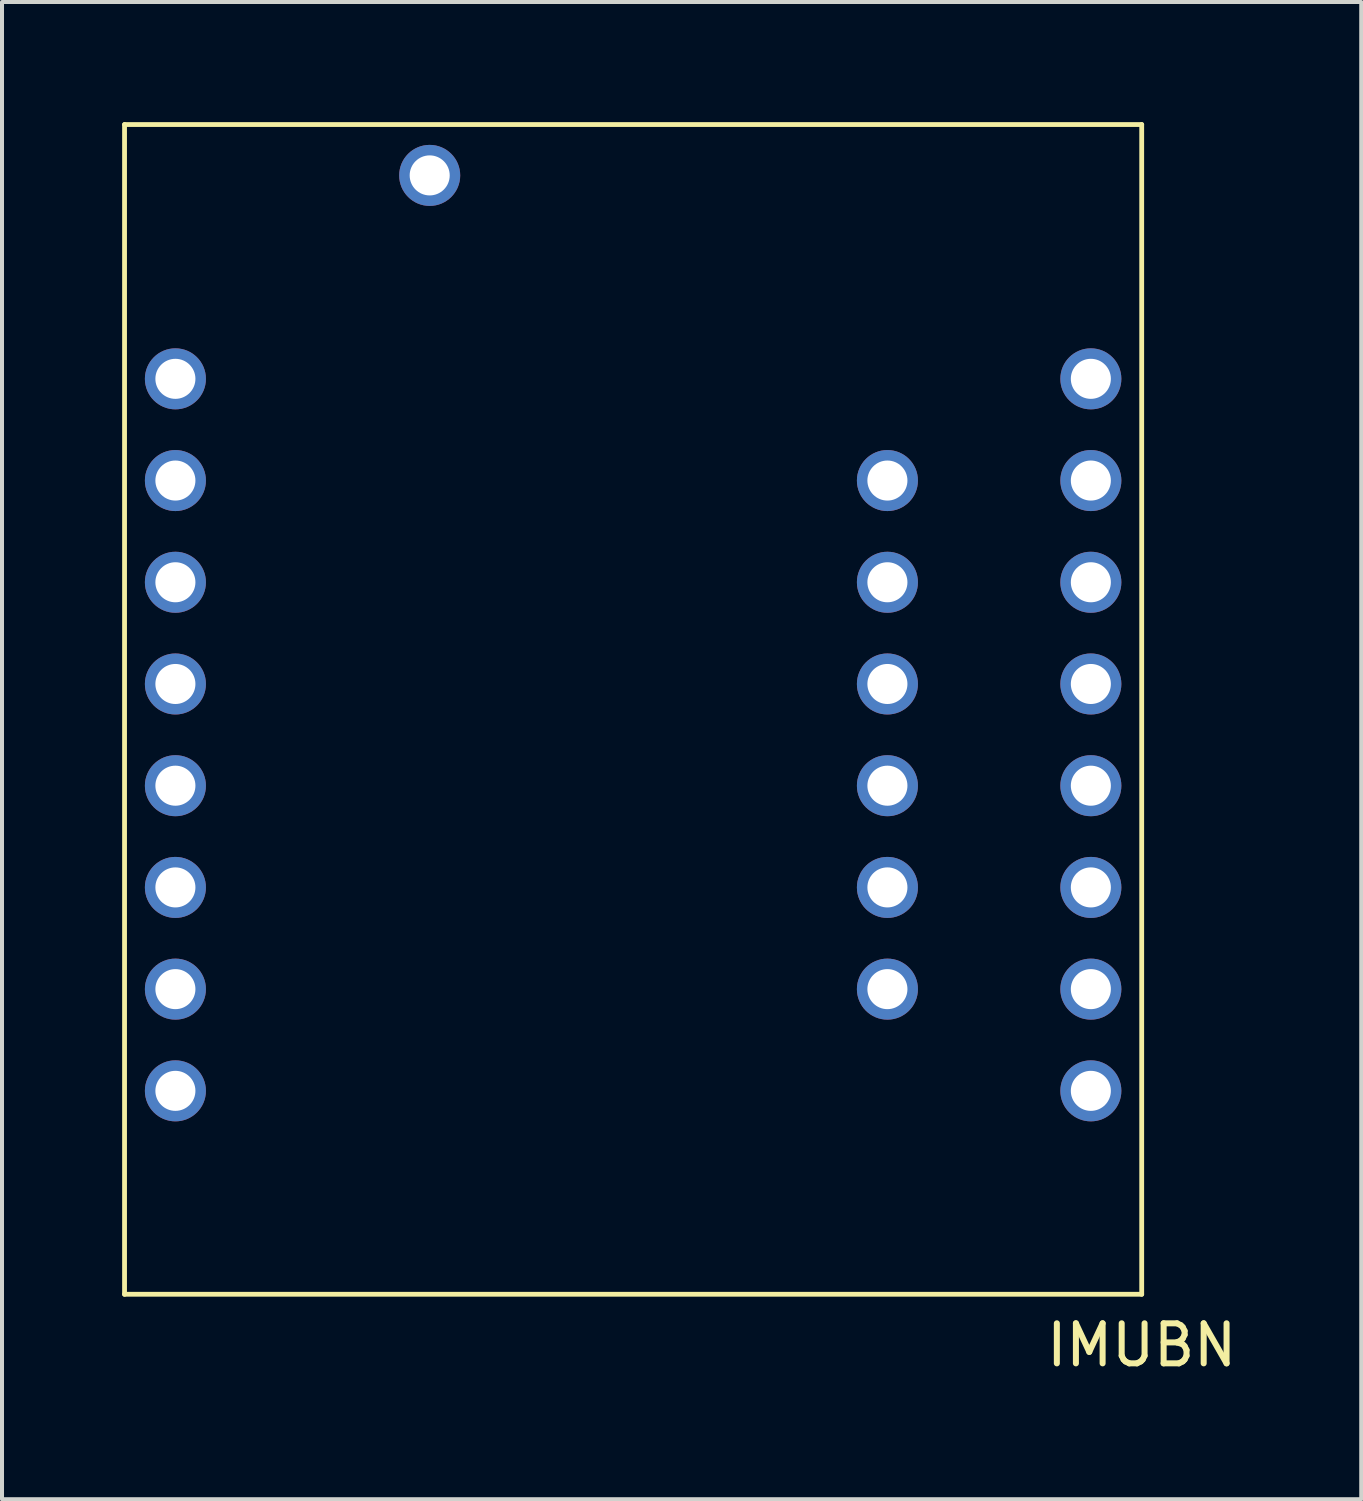
<source format=kicad_pcb>
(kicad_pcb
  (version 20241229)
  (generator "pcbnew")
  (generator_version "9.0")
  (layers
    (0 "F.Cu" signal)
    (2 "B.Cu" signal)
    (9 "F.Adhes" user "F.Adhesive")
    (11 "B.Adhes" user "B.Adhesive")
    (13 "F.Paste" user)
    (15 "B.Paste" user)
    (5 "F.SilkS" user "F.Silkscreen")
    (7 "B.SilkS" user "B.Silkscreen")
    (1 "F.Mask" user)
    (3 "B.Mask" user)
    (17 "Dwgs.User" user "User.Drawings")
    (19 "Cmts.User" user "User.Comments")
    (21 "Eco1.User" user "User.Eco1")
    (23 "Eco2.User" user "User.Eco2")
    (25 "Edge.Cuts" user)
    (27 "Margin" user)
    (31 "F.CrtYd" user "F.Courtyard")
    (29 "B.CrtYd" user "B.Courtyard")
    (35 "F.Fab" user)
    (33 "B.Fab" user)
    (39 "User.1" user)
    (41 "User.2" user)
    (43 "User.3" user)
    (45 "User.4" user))
  (footprint "IMUBN"
    (layer "F.Cu")
    (at 12.76 15.3)
    (property "Reference" "IMUBN" (at 12.7 15.24 0) (layer "F.SilkS") (effects (font (size 1 1) (thickness 0.15))))
    (attr through_hole)
    (fp_line (start -12.7 -15.24) (end 12.7 -15.24) (stroke (width 0.12) (type solid)) (layer "F.SilkS"))
    (fp_line (start -12.7 13.97) (end -12.7 -15.24) (stroke (width 0.12) (type solid)) (layer "F.SilkS"))
    (fp_line (start 12.7 -15.24) (end 12.7 13.97) (stroke (width 0.12) (type solid)) (layer "F.SilkS"))
    (fp_line (start 12.7 13.97) (end -12.7 13.97) (stroke (width 0.12) (type solid)) (layer "F.SilkS"))
    (pad "1" thru_hole circle (at -11.43 -8.89) (size 1.524 1.524) (drill 1) (layers "*.Cu" "*.Mask"))
    (pad "2" thru_hole circle (at -11.43 -6.35) (size 1.524 1.524) (drill 1) (layers "*.Cu" "*.Mask"))
    (pad "3" thru_hole circle (at -11.43 -3.81) (size 1.524 1.524) (drill 1) (layers "*.Cu" "*.Mask"))
    (pad "4" thru_hole circle (at -11.43 -1.27) (size 1.524 1.524) (drill 1) (layers "*.Cu" "*.Mask"))
    (pad "5" thru_hole circle (at -11.43 1.27) (size 1.524 1.524) (drill 1) (layers "*.Cu" "*.Mask"))
    (pad "6" thru_hole circle (at -11.43 3.81) (size 1.524 1.524) (drill 1) (layers "*.Cu" "*.Mask"))
    (pad "7" thru_hole circle (at -11.43 6.35) (size 1.524 1.524) (drill 1) (layers "*.Cu" "*.Mask"))
    (pad "8" thru_hole circle (at -11.43 8.89) (size 1.524 1.524) (drill 1) (layers "*.Cu" "*.Mask"))
    (pad "9" thru_hole circle (at 11.43 -8.89) (size 1.524 1.524) (drill 1) (layers "*.Cu" "*.Mask"))
    (pad "10" thru_hole circle (at 11.43 -6.35) (size 1.524 1.524) (drill 1) (layers "*.Cu" "*.Mask"))
    (pad "11" thru_hole circle (at 11.43 -3.81) (size 1.524 1.524) (drill 1) (layers "*.Cu" "*.Mask"))
    (pad "12" thru_hole circle (at 11.43 -1.27) (size 1.524 1.524) (drill 1) (layers "*.Cu" "*.Mask"))
    (pad "13" thru_hole circle (at 11.43 1.27) (size 1.524 1.524) (drill 1) (layers "*.Cu" "*.Mask"))
    (pad "14" thru_hole circle (at 11.43 3.81) (size 1.524 1.524) (drill 1) (layers "*.Cu" "*.Mask"))
    (pad "15" thru_hole circle (at 11.43 6.35) (size 1.524 1.524) (drill 1) (layers "*.Cu" "*.Mask"))
    (pad "16" thru_hole circle (at 11.43 8.89) (size 1.524 1.524) (drill 1) (layers "*.Cu" "*.Mask"))
    (pad "17" thru_hole circle (at 6.35 -6.35) (size 1.524 1.524) (drill 1) (layers "*.Cu" "*.Mask"))
    (pad "18" thru_hole circle (at 6.35 -3.81) (size 1.524 1.524) (drill 1) (layers "*.Cu" "*.Mask"))
    (pad "19" thru_hole circle (at 6.35 -1.27) (size 1.524 1.524) (drill 1) (layers "*.Cu" "*.Mask"))
    (pad "20" thru_hole circle (at 6.35 1.27) (size 1.524 1.524) (drill 1) (layers "*.Cu" "*.Mask"))
    (pad "21" thru_hole circle (at 6.35 3.81) (size 1.524 1.524) (drill 1) (layers "*.Cu" "*.Mask"))
    (pad "22" thru_hole circle (at 6.35 6.35) (size 1.524 1.524) (drill 1) (layers "*.Cu" "*.Mask"))
    (pad "23" thru_hole circle (at -5.08 -13.97) (size 1.524 1.524) (drill 1) (layers "*.Cu" "*.Mask")))
  (gr_rect
    (start -3 -3)
    (end 30.942 34.388)
    (stroke (width 0.1) (type default))
    (fill no)
    (layer "Edge.Cuts")))
</source>
